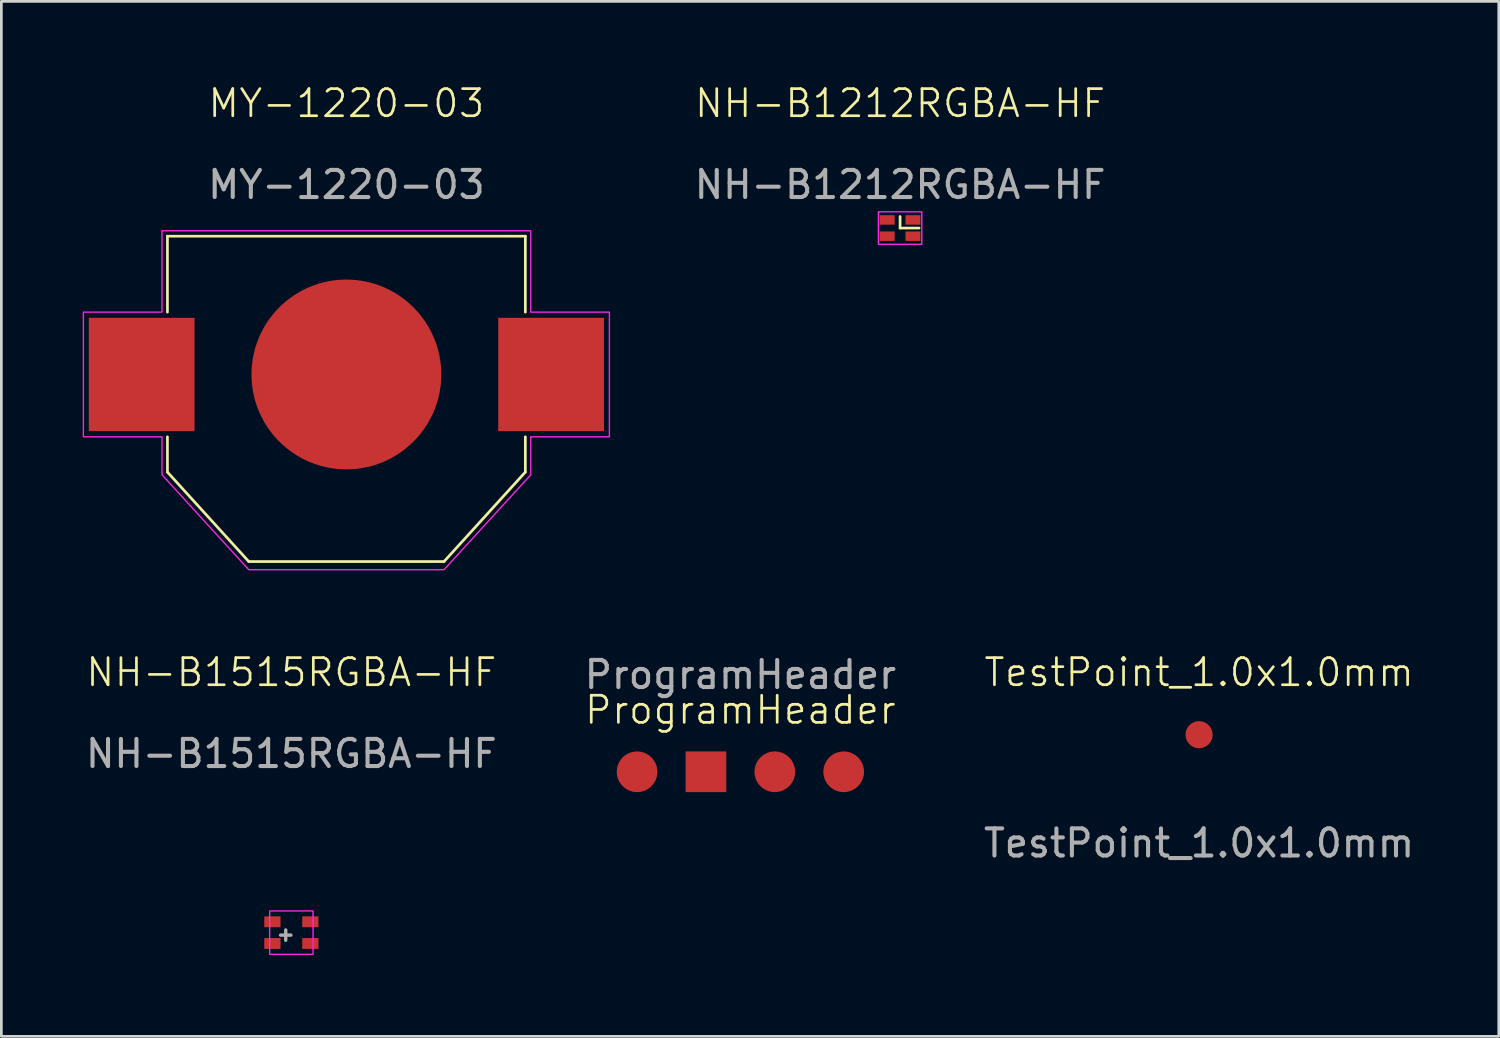
<source format=kicad_pcb>
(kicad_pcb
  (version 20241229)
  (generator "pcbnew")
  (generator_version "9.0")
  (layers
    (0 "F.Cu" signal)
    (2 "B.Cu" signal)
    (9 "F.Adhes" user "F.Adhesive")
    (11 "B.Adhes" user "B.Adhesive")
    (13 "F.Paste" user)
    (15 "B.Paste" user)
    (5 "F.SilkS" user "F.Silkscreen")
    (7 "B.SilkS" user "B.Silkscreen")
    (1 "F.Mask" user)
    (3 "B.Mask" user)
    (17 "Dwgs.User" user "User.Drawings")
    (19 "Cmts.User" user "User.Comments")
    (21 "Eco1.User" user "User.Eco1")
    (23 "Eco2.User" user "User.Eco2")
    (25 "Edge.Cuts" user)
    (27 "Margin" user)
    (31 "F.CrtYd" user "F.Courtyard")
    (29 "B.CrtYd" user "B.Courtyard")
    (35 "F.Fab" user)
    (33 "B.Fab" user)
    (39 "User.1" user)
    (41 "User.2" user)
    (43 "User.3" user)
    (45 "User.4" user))
  (footprint "NH-B1212RGBA-HF"
    (layer "F.Cu")
    (at 30.146 5.361)
    (property "Reference" "NH-B1212RGBA-HF" (at 0 -4.6 0) (unlocked yes) (layer "F.SilkS") (effects (font (size 1 1) (thickness 0.1))))
    (attr smd)
    (fp_line (start 0 -0.425) (end 0 0) (stroke (width 0.1) (type default)) (layer "F.SilkS"))
    (fp_line (start 0 0) (end 0.7 0) (stroke (width 0.1) (type default)) (layer "F.SilkS"))
    (fp_rect (start -0.8 -0.6) (end 0.8 0.6) (stroke (width 0.05) (type default)) (fill no) (layer "F.CrtYd"))
    (fp_text user "${REFERENCE}" (at 0 -1.6 0) (unlocked yes) (layer "F.Fab") (effects (font (size 1 1) (thickness 0.15))))
    (pad "1" smd rect (at 0.475 -0.3) (size 0.55 0.35) (layers "F.Cu" "F.Mask" "F.Paste"))
    (pad "2" smd rect (at 0.475 0.3) (size 0.55 0.35) (layers "F.Cu" "F.Mask" "F.Paste"))
    (pad "3" smd rect (at -0.475 0.3) (size 0.55 0.35) (layers "F.Cu" "F.Mask" "F.Paste"))
    (pad "4" smd rect (at -0.475 -0.3) (size 0.55 0.35) (layers "F.Cu" "F.Mask" "F.Paste")))
  (footprint "NH-B1515RGBA-HF"
    (layer "F.Cu")
    (at 7.696 31.346)
    (property "Reference" "NH-B1515RGBA-HF" (at 0 -9.6 0) (unlocked yes) (layer "F.SilkS") (effects (font (size 1 1) (thickness 0.1))))
    (attr smd)
    (fp_rect (start -0.8 -0.8) (end 0.8 0.8) (stroke (width 0.05) (type default)) (fill no) (layer "F.CrtYd"))
    (fp_text user "${REFERENCE}" (at 0 -6.6 0) (unlocked yes) (layer "F.Fab") (effects (font (size 1 1) (thickness 0.15))))
    (fp_text user "+" (at -0.6 0.35 0) (unlocked yes) (layer "F.Fab") (effects (font (size 0.5 0.5) (thickness 0.125)) (justify left bottom)))
    (pad "1" smd rect (at -0.7 0.4) (size 0.6 0.4) (layers "F.Cu" "F.Mask" "F.Paste"))
    (pad "2" smd rect (at 0.7 0.4) (size 0.6 0.4) (layers "F.Cu" "F.Mask" "F.Paste"))
    (pad "3" smd rect (at 0.7 -0.4) (size 0.6 0.4) (layers "F.Cu" "F.Mask" "F.Paste"))
    (pad "4" smd rect (at -0.7 -0.4) (size 0.6 0.4) (layers "F.Cu" "F.Mask" "F.Paste")))
  (footprint "ProgramHeader"
    (layer "F.Cu")
    (at 24.256 25.414)
    (property "Reference" "ProgramHeader" (at 0 -2.28 0) (unlocked yes) (layer "F.SilkS") (effects (font (size 1 1) (thickness 0.1))))
    (attr smd)
    (fp_text user "${REFERENCE}" (at 0 -3.58 0) (unlocked yes) (layer "F.Fab") (effects (font (size 1 1) (thickness 0.15))))
    (pad "1" smd circle (at -3.81 0) (size 1.5 1.5) (layers "F.Cu" "F.Mask" "F.Paste"))
    (pad "2" smd rect (at -1.27 0) (size 1.5 1.5) (layers "F.Cu" "F.Mask" "F.Paste"))
    (pad "3" smd circle (at 1.27 0) (size 1.5 1.5) (layers "F.Cu" "F.Mask" "F.Paste"))
    (pad "4" smd circle (at 3.81 0) (size 1.5 1.5) (layers "F.Cu" "F.Mask" "F.Paste")))
  (footprint "TestPoint_1.0x1.0mm"
    (layer "F.Cu")
    (at 41.173 24.046)
    (property "Reference" "TestPoint_1.0x1.0mm" (at 0 -2.3 0) (unlocked yes) (layer "F.SilkS") (effects (font (size 1 1) (thickness 0.1))))
    (attr smd)
    (fp_text user "${REFERENCE}" (at 0 4 0) (unlocked yes) (layer "F.Fab") (effects (font (size 1 1) (thickness 0.15))))
    (pad "1" smd circle (at 0 0) (size 1 1) (layers "F.Cu" "F.Mask" "F.Paste")))
  (footprint "MY-1220-03"
    (layer "F.Cu")
    (at 9.725 10.761)
    (property "Reference" "MY-1220-03" (at 0 -10 0) (unlocked yes) (layer "F.SilkS") (effects (font (size 1 1) (thickness 0.1))))
    (attr smd)
    (fp_line (start -6.6 -5.1) (end -6.6 -2.3) (stroke (width 0.1) (type default)) (layer "F.SilkS"))
    (fp_line (start -6.6 -5.1) (end 6.6 -5.1) (stroke (width 0.1) (type default)) (layer "F.SilkS"))
    (fp_line (start -6.6 3.6) (end -6.6 2.3) (stroke (width 0.1) (type default)) (layer "F.SilkS"))
    (fp_line (start -3.6 6.9) (end -6.6 3.6) (stroke (width 0.1) (type default)) (layer "F.SilkS"))
    (fp_line (start -3.6 6.9) (end 3.6 6.9) (stroke (width 0.1) (type default)) (layer "F.SilkS"))
    (fp_line (start 3.6 6.9) (end 6.6 3.6) (stroke (width 0.1) (type default)) (layer "F.SilkS"))
    (fp_line (start 6.6 -5.1) (end 6.6 -2.3) (stroke (width 0.1) (type default)) (layer "F.SilkS"))
    (fp_line (start 6.6 3.6) (end 6.6 2.3) (stroke (width 0.1) (type default)) (layer "F.SilkS"))
    (fp_poly (pts (xy 6.8 -5.3) (xy 6.8 -2.3) (xy 9.7 -2.3) (xy 9.7 2.3) (xy 6.8 2.3) (xy 6.8 3.7) (xy 3.6 7.2) (xy -3.6 7.2) (xy -6.8 3.7) (xy -6.8 2.3) (xy -9.7 2.3) (xy -9.7 -2.3) (xy -6.8 -2.3) (xy -6.8 -5.3)) (stroke (width 0.05) (type solid)) (fill no) (layer "F.CrtYd"))
    (fp_text user "${REFERENCE}" (at 0 -7 0) (unlocked yes) (layer "F.Fab") (effects (font (size 1 1) (thickness 0.15))))
    (pad "1" smd rect (at -7.55 0) (size 3.9 4.18) (layers "F.Cu" "F.Mask" "F.Paste"))
    (pad "1" smd rect (at 7.55 0) (size 3.9 4.18) (layers "F.Cu" "F.Mask" "F.Paste"))
    (pad "2" smd circle (at 0 0) (size 7 7) (layers "F.Cu" "F.Mask" "F.Paste")))
  (gr_rect
    (start -3 -3)
    (end 52.226 35.171)
    (stroke (width 0.1) (type default))
    (fill no)
    (layer "Edge.Cuts")))
</source>
